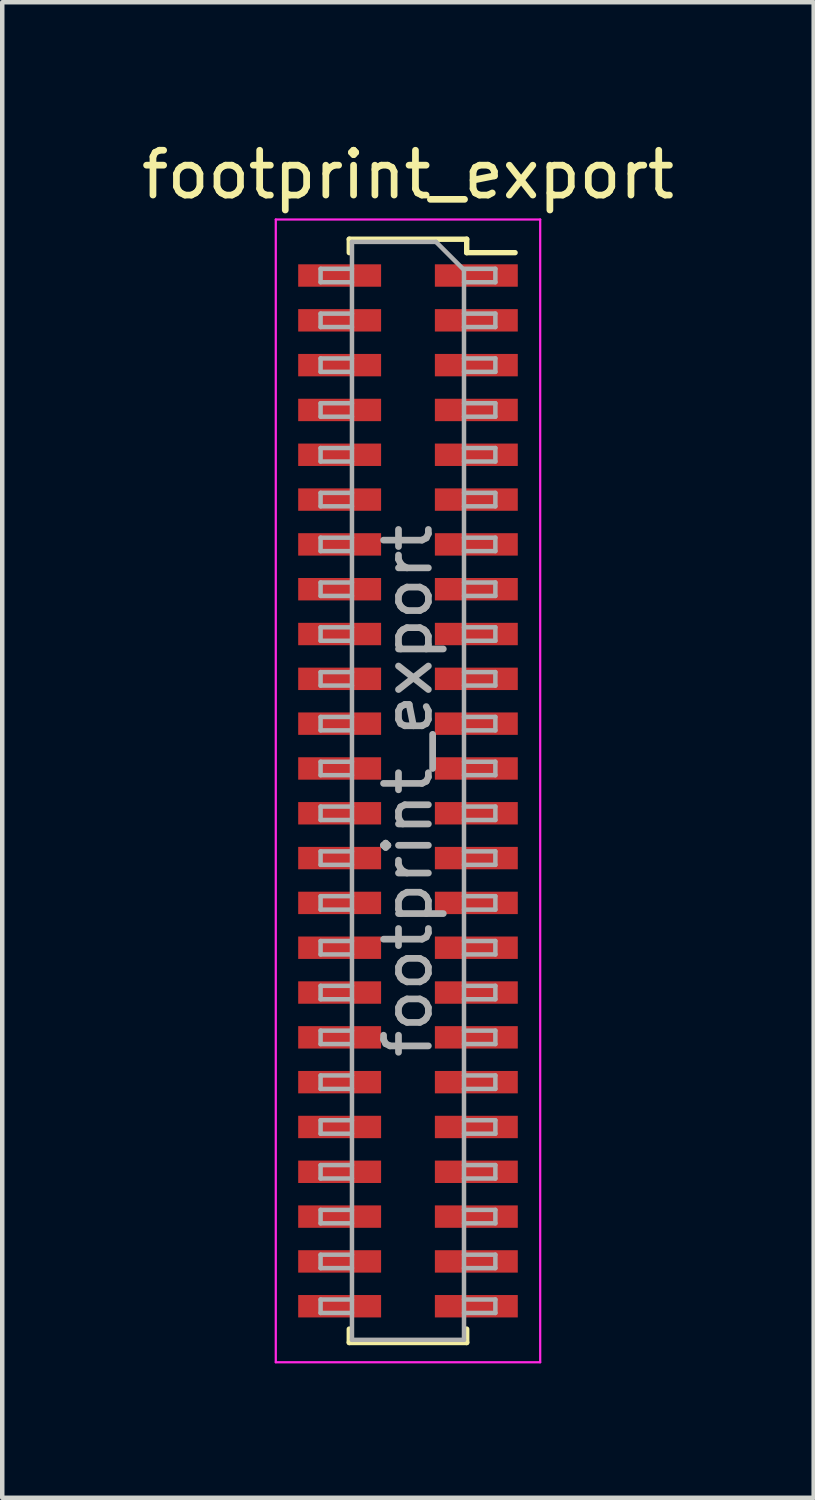
<source format=kicad_pcb>
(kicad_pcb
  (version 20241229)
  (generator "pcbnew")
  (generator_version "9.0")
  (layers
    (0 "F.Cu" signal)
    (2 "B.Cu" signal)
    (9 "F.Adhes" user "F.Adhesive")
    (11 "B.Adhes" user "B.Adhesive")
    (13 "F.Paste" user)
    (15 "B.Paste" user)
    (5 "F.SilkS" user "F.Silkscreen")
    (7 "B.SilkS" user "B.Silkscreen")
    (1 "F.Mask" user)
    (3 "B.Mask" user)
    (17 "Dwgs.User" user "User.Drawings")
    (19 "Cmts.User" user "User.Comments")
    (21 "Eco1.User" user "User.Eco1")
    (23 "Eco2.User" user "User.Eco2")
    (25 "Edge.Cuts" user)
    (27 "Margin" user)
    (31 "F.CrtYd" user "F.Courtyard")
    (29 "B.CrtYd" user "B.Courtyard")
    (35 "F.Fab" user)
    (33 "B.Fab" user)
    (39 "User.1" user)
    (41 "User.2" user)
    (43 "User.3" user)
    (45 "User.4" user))
  (footprint "footprint_export"
    (layer "F.Cu")
    (at 6.054 14.598)
    (property "Reference" "footprint_export" (at 0 -13.75 0) (layer "F.SilkS") (effects (font (size 1 1) (thickness 0.15))))
    (attr smd)
    (fp_line (start -1.31 -12.31) (end -1.31 -12.01) (stroke (width 0.12) (type solid)) (layer "F.SilkS"))
    (fp_line (start -1.31 -12.31) (end 1.31 -12.31) (stroke (width 0.12) (type solid)) (layer "F.SilkS"))
    (fp_line (start -1.31 12.01) (end -1.31 12.31) (stroke (width 0.12) (type solid)) (layer "F.SilkS"))
    (fp_line (start -1.31 12.31) (end 1.31 12.31) (stroke (width 0.12) (type solid)) (layer "F.SilkS"))
    (fp_line (start 1.31 -12.31) (end 1.31 -12.01) (stroke (width 0.12) (type solid)) (layer "F.SilkS"))
    (fp_line (start 1.31 -12.01) (end 2.39 -12.01) (stroke (width 0.12) (type solid)) (layer "F.SilkS"))
    (fp_line (start 1.31 12.01) (end 1.31 12.31) (stroke (width 0.12) (type solid)) (layer "F.SilkS"))
    (fp_line (start -2.95 -12.75) (end 2.95 -12.75) (stroke (width 0.05) (type solid)) (layer "F.CrtYd"))
    (fp_line (start -2.95 12.75) (end -2.95 -12.75) (stroke (width 0.05) (type solid)) (layer "F.CrtYd"))
    (fp_line (start 2.95 -12.75) (end 2.95 12.75) (stroke (width 0.05) (type solid)) (layer "F.CrtYd"))
    (fp_line (start 2.95 12.75) (end -2.95 12.75) (stroke (width 0.05) (type solid)) (layer "F.CrtYd"))
    (fp_line (start -1.95 -11.65) (end -1.25 -11.65) (stroke (width 0.1) (type solid)) (layer "F.Fab"))
    (fp_line (start -1.95 -11.35) (end -1.95 -11.65) (stroke (width 0.1) (type solid)) (layer "F.Fab"))
    (fp_line (start -1.95 -10.65) (end -1.25 -10.65) (stroke (width 0.1) (type solid)) (layer "F.Fab"))
    (fp_line (start -1.95 -10.35) (end -1.95 -10.65) (stroke (width 0.1) (type solid)) (layer "F.Fab"))
    (fp_line (start -1.95 -9.65) (end -1.25 -9.65) (stroke (width 0.1) (type solid)) (layer "F.Fab"))
    (fp_line (start -1.95 -9.35) (end -1.95 -9.65) (stroke (width 0.1) (type solid)) (layer "F.Fab"))
    (fp_line (start -1.95 -8.65) (end -1.25 -8.65) (stroke (width 0.1) (type solid)) (layer "F.Fab"))
    (fp_line (start -1.95 -8.35) (end -1.95 -8.65) (stroke (width 0.1) (type solid)) (layer "F.Fab"))
    (fp_line (start -1.95 -7.65) (end -1.25 -7.65) (stroke (width 0.1) (type solid)) (layer "F.Fab"))
    (fp_line (start -1.95 -7.35) (end -1.95 -7.65) (stroke (width 0.1) (type solid)) (layer "F.Fab"))
    (fp_line (start -1.95 -6.65) (end -1.25 -6.65) (stroke (width 0.1) (type solid)) (layer "F.Fab"))
    (fp_line (start -1.95 -6.35) (end -1.95 -6.65) (stroke (width 0.1) (type solid)) (layer "F.Fab"))
    (fp_line (start -1.95 -5.65) (end -1.25 -5.65) (stroke (width 0.1) (type solid)) (layer "F.Fab"))
    (fp_line (start -1.95 -5.35) (end -1.95 -5.65) (stroke (width 0.1) (type solid)) (layer "F.Fab"))
    (fp_line (start -1.95 -4.65) (end -1.25 -4.65) (stroke (width 0.1) (type solid)) (layer "F.Fab"))
    (fp_line (start -1.95 -4.35) (end -1.95 -4.65) (stroke (width 0.1) (type solid)) (layer "F.Fab"))
    (fp_line (start -1.95 -3.65) (end -1.25 -3.65) (stroke (width 0.1) (type solid)) (layer "F.Fab"))
    (fp_line (start -1.95 -3.35) (end -1.95 -3.65) (stroke (width 0.1) (type solid)) (layer "F.Fab"))
    (fp_line (start -1.95 -2.65) (end -1.25 -2.65) (stroke (width 0.1) (type solid)) (layer "F.Fab"))
    (fp_line (start -1.95 -2.35) (end -1.95 -2.65) (stroke (width 0.1) (type solid)) (layer "F.Fab"))
    (fp_line (start -1.95 -1.65) (end -1.25 -1.65) (stroke (width 0.1) (type solid)) (layer "F.Fab"))
    (fp_line (start -1.95 -1.35) (end -1.95 -1.65) (stroke (width 0.1) (type solid)) (layer "F.Fab"))
    (fp_line (start -1.95 -0.65) (end -1.25 -0.65) (stroke (width 0.1) (type solid)) (layer "F.Fab"))
    (fp_line (start -1.95 -0.35) (end -1.95 -0.65) (stroke (width 0.1) (type solid)) (layer "F.Fab"))
    (fp_line (start -1.95 0.35) (end -1.25 0.35) (stroke (width 0.1) (type solid)) (layer "F.Fab"))
    (fp_line (start -1.95 0.65) (end -1.95 0.35) (stroke (width 0.1) (type solid)) (layer "F.Fab"))
    (fp_line (start -1.95 1.35) (end -1.25 1.35) (stroke (width 0.1) (type solid)) (layer "F.Fab"))
    (fp_line (start -1.95 1.65) (end -1.95 1.35) (stroke (width 0.1) (type solid)) (layer "F.Fab"))
    (fp_line (start -1.95 2.35) (end -1.25 2.35) (stroke (width 0.1) (type solid)) (layer "F.Fab"))
    (fp_line (start -1.95 2.65) (end -1.95 2.35) (stroke (width 0.1) (type solid)) (layer "F.Fab"))
    (fp_line (start -1.95 3.35) (end -1.25 3.35) (stroke (width 0.1) (type solid)) (layer "F.Fab"))
    (fp_line (start -1.95 3.65) (end -1.95 3.35) (stroke (width 0.1) (type solid)) (layer "F.Fab"))
    (fp_line (start -1.95 4.35) (end -1.25 4.35) (stroke (width 0.1) (type solid)) (layer "F.Fab"))
    (fp_line (start -1.95 4.65) (end -1.95 4.35) (stroke (width 0.1) (type solid)) (layer "F.Fab"))
    (fp_line (start -1.95 5.35) (end -1.25 5.35) (stroke (width 0.1) (type solid)) (layer "F.Fab"))
    (fp_line (start -1.95 5.65) (end -1.95 5.35) (stroke (width 0.1) (type solid)) (layer "F.Fab"))
    (fp_line (start -1.95 6.35) (end -1.25 6.35) (stroke (width 0.1) (type solid)) (layer "F.Fab"))
    (fp_line (start -1.95 6.65) (end -1.95 6.35) (stroke (width 0.1) (type solid)) (layer "F.Fab"))
    (fp_line (start -1.95 7.35) (end -1.25 7.35) (stroke (width 0.1) (type solid)) (layer "F.Fab"))
    (fp_line (start -1.95 7.65) (end -1.95 7.35) (stroke (width 0.1) (type solid)) (layer "F.Fab"))
    (fp_line (start -1.95 8.35) (end -1.25 8.35) (stroke (width 0.1) (type solid)) (layer "F.Fab"))
    (fp_line (start -1.95 8.65) (end -1.95 8.35) (stroke (width 0.1) (type solid)) (layer "F.Fab"))
    (fp_line (start -1.95 9.35) (end -1.25 9.35) (stroke (width 0.1) (type solid)) (layer "F.Fab"))
    (fp_line (start -1.95 9.65) (end -1.95 9.35) (stroke (width 0.1) (type solid)) (layer "F.Fab"))
    (fp_line (start -1.95 10.35) (end -1.25 10.35) (stroke (width 0.1) (type solid)) (layer "F.Fab"))
    (fp_line (start -1.95 10.65) (end -1.95 10.35) (stroke (width 0.1) (type solid)) (layer "F.Fab"))
    (fp_line (start -1.95 11.35) (end -1.25 11.35) (stroke (width 0.1) (type solid)) (layer "F.Fab"))
    (fp_line (start -1.95 11.65) (end -1.95 11.35) (stroke (width 0.1) (type solid)) (layer "F.Fab"))
    (fp_line (start -1.25 -12.25) (end 0.625 -12.25) (stroke (width 0.1) (type solid)) (layer "F.Fab"))
    (fp_line (start -1.25 -11.35) (end -1.95 -11.35) (stroke (width 0.1) (type solid)) (layer "F.Fab"))
    (fp_line (start -1.25 -10.35) (end -1.95 -10.35) (stroke (width 0.1) (type solid)) (layer "F.Fab"))
    (fp_line (start -1.25 -9.35) (end -1.95 -9.35) (stroke (width 0.1) (type solid)) (layer "F.Fab"))
    (fp_line (start -1.25 -8.35) (end -1.95 -8.35) (stroke (width 0.1) (type solid)) (layer "F.Fab"))
    (fp_line (start -1.25 -7.35) (end -1.95 -7.35) (stroke (width 0.1) (type solid)) (layer "F.Fab"))
    (fp_line (start -1.25 -6.35) (end -1.95 -6.35) (stroke (width 0.1) (type solid)) (layer "F.Fab"))
    (fp_line (start -1.25 -5.35) (end -1.95 -5.35) (stroke (width 0.1) (type solid)) (layer "F.Fab"))
    (fp_line (start -1.25 -4.35) (end -1.95 -4.35) (stroke (width 0.1) (type solid)) (layer "F.Fab"))
    (fp_line (start -1.25 -3.35) (end -1.95 -3.35) (stroke (width 0.1) (type solid)) (layer "F.Fab"))
    (fp_line (start -1.25 -2.35) (end -1.95 -2.35) (stroke (width 0.1) (type solid)) (layer "F.Fab"))
    (fp_line (start -1.25 -1.35) (end -1.95 -1.35) (stroke (width 0.1) (type solid)) (layer "F.Fab"))
    (fp_line (start -1.25 -0.35) (end -1.95 -0.35) (stroke (width 0.1) (type solid)) (layer "F.Fab"))
    (fp_line (start -1.25 0.65) (end -1.95 0.65) (stroke (width 0.1) (type solid)) (layer "F.Fab"))
    (fp_line (start -1.25 1.65) (end -1.95 1.65) (stroke (width 0.1) (type solid)) (layer "F.Fab"))
    (fp_line (start -1.25 2.65) (end -1.95 2.65) (stroke (width 0.1) (type solid)) (layer "F.Fab"))
    (fp_line (start -1.25 3.65) (end -1.95 3.65) (stroke (width 0.1) (type solid)) (layer "F.Fab"))
    (fp_line (start -1.25 4.65) (end -1.95 4.65) (stroke (width 0.1) (type solid)) (layer "F.Fab"))
    (fp_line (start -1.25 5.65) (end -1.95 5.65) (stroke (width 0.1) (type solid)) (layer "F.Fab"))
    (fp_line (start -1.25 6.65) (end -1.95 6.65) (stroke (width 0.1) (type solid)) (layer "F.Fab"))
    (fp_line (start -1.25 7.65) (end -1.95 7.65) (stroke (width 0.1) (type solid)) (layer "F.Fab"))
    (fp_line (start -1.25 8.65) (end -1.95 8.65) (stroke (width 0.1) (type solid)) (layer "F.Fab"))
    (fp_line (start -1.25 9.65) (end -1.95 9.65) (stroke (width 0.1) (type solid)) (layer "F.Fab"))
    (fp_line (start -1.25 10.65) (end -1.95 10.65) (stroke (width 0.1) (type solid)) (layer "F.Fab"))
    (fp_line (start -1.25 11.65) (end -1.95 11.65) (stroke (width 0.1) (type solid)) (layer "F.Fab"))
    (fp_line (start -1.25 12.25) (end -1.25 -12.25) (stroke (width 0.1) (type solid)) (layer "F.Fab"))
    (fp_line (start 0.625 -12.25) (end 1.25 -11.625) (stroke (width 0.1) (type solid)) (layer "F.Fab"))
    (fp_line (start 1.25 -11.65) (end 1.95 -11.65) (stroke (width 0.1) (type solid)) (layer "F.Fab"))
    (fp_line (start 1.25 -11.625) (end 1.25 12.25) (stroke (width 0.1) (type solid)) (layer "F.Fab"))
    (fp_line (start 1.25 -10.65) (end 1.95 -10.65) (stroke (width 0.1) (type solid)) (layer "F.Fab"))
    (fp_line (start 1.25 -9.65) (end 1.95 -9.65) (stroke (width 0.1) (type solid)) (layer "F.Fab"))
    (fp_line (start 1.25 -8.65) (end 1.95 -8.65) (stroke (width 0.1) (type solid)) (layer "F.Fab"))
    (fp_line (start 1.25 -7.65) (end 1.95 -7.65) (stroke (width 0.1) (type solid)) (layer "F.Fab"))
    (fp_line (start 1.25 -6.65) (end 1.95 -6.65) (stroke (width 0.1) (type solid)) (layer "F.Fab"))
    (fp_line (start 1.25 -5.65) (end 1.95 -5.65) (stroke (width 0.1) (type solid)) (layer "F.Fab"))
    (fp_line (start 1.25 -4.65) (end 1.95 -4.65) (stroke (width 0.1) (type solid)) (layer "F.Fab"))
    (fp_line (start 1.25 -3.65) (end 1.95 -3.65) (stroke (width 0.1) (type solid)) (layer "F.Fab"))
    (fp_line (start 1.25 -2.65) (end 1.95 -2.65) (stroke (width 0.1) (type solid)) (layer "F.Fab"))
    (fp_line (start 1.25 -1.65) (end 1.95 -1.65) (stroke (width 0.1) (type solid)) (layer "F.Fab"))
    (fp_line (start 1.25 -0.65) (end 1.95 -0.65) (stroke (width 0.1) (type solid)) (layer "F.Fab"))
    (fp_line (start 1.25 0.35) (end 1.95 0.35) (stroke (width 0.1) (type solid)) (layer "F.Fab"))
    (fp_line (start 1.25 1.35) (end 1.95 1.35) (stroke (width 0.1) (type solid)) (layer "F.Fab"))
    (fp_line (start 1.25 2.35) (end 1.95 2.35) (stroke (width 0.1) (type solid)) (layer "F.Fab"))
    (fp_line (start 1.25 3.35) (end 1.95 3.35) (stroke (width 0.1) (type solid)) (layer "F.Fab"))
    (fp_line (start 1.25 4.35) (end 1.95 4.35) (stroke (width 0.1) (type solid)) (layer "F.Fab"))
    (fp_line (start 1.25 5.35) (end 1.95 5.35) (stroke (width 0.1) (type solid)) (layer "F.Fab"))
    (fp_line (start 1.25 6.35) (end 1.95 6.35) (stroke (width 0.1) (type solid)) (layer "F.Fab"))
    (fp_line (start 1.25 7.35) (end 1.95 7.35) (stroke (width 0.1) (type solid)) (layer "F.Fab"))
    (fp_line (start 1.25 8.35) (end 1.95 8.35) (stroke (width 0.1) (type solid)) (layer "F.Fab"))
    (fp_line (start 1.25 9.35) (end 1.95 9.35) (stroke (width 0.1) (type solid)) (layer "F.Fab"))
    (fp_line (start 1.25 10.35) (end 1.95 10.35) (stroke (width 0.1) (type solid)) (layer "F.Fab"))
    (fp_line (start 1.25 11.35) (end 1.95 11.35) (stroke (width 0.1) (type solid)) (layer "F.Fab"))
    (fp_line (start 1.25 12.25) (end -1.25 12.25) (stroke (width 0.1) (type solid)) (layer "F.Fab"))
    (fp_line (start 1.95 -11.65) (end 1.95 -11.35) (stroke (width 0.1) (type solid)) (layer "F.Fab"))
    (fp_line (start 1.95 -11.35) (end 1.25 -11.35) (stroke (width 0.1) (type solid)) (layer "F.Fab"))
    (fp_line (start 1.95 -10.65) (end 1.95 -10.35) (stroke (width 0.1) (type solid)) (layer "F.Fab"))
    (fp_line (start 1.95 -10.35) (end 1.25 -10.35) (stroke (width 0.1) (type solid)) (layer "F.Fab"))
    (fp_line (start 1.95 -9.65) (end 1.95 -9.35) (stroke (width 0.1) (type solid)) (layer "F.Fab"))
    (fp_line (start 1.95 -9.35) (end 1.25 -9.35) (stroke (width 0.1) (type solid)) (layer "F.Fab"))
    (fp_line (start 1.95 -8.65) (end 1.95 -8.35) (stroke (width 0.1) (type solid)) (layer "F.Fab"))
    (fp_line (start 1.95 -8.35) (end 1.25 -8.35) (stroke (width 0.1) (type solid)) (layer "F.Fab"))
    (fp_line (start 1.95 -7.65) (end 1.95 -7.35) (stroke (width 0.1) (type solid)) (layer "F.Fab"))
    (fp_line (start 1.95 -7.35) (end 1.25 -7.35) (stroke (width 0.1) (type solid)) (layer "F.Fab"))
    (fp_line (start 1.95 -6.65) (end 1.95 -6.35) (stroke (width 0.1) (type solid)) (layer "F.Fab"))
    (fp_line (start 1.95 -6.35) (end 1.25 -6.35) (stroke (width 0.1) (type solid)) (layer "F.Fab"))
    (fp_line (start 1.95 -5.65) (end 1.95 -5.35) (stroke (width 0.1) (type solid)) (layer "F.Fab"))
    (fp_line (start 1.95 -5.35) (end 1.25 -5.35) (stroke (width 0.1) (type solid)) (layer "F.Fab"))
    (fp_line (start 1.95 -4.65) (end 1.95 -4.35) (stroke (width 0.1) (type solid)) (layer "F.Fab"))
    (fp_line (start 1.95 -4.35) (end 1.25 -4.35) (stroke (width 0.1) (type solid)) (layer "F.Fab"))
    (fp_line (start 1.95 -3.65) (end 1.95 -3.35) (stroke (width 0.1) (type solid)) (layer "F.Fab"))
    (fp_line (start 1.95 -3.35) (end 1.25 -3.35) (stroke (width 0.1) (type solid)) (layer "F.Fab"))
    (fp_line (start 1.95 -2.65) (end 1.95 -2.35) (stroke (width 0.1) (type solid)) (layer "F.Fab"))
    (fp_line (start 1.95 -2.35) (end 1.25 -2.35) (stroke (width 0.1) (type solid)) (layer "F.Fab"))
    (fp_line (start 1.95 -1.65) (end 1.95 -1.35) (stroke (width 0.1) (type solid)) (layer "F.Fab"))
    (fp_line (start 1.95 -1.35) (end 1.25 -1.35) (stroke (width 0.1) (type solid)) (layer "F.Fab"))
    (fp_line (start 1.95 -0.65) (end 1.95 -0.35) (stroke (width 0.1) (type solid)) (layer "F.Fab"))
    (fp_line (start 1.95 -0.35) (end 1.25 -0.35) (stroke (width 0.1) (type solid)) (layer "F.Fab"))
    (fp_line (start 1.95 0.35) (end 1.95 0.65) (stroke (width 0.1) (type solid)) (layer "F.Fab"))
    (fp_line (start 1.95 0.65) (end 1.25 0.65) (stroke (width 0.1) (type solid)) (layer "F.Fab"))
    (fp_line (start 1.95 1.35) (end 1.95 1.65) (stroke (width 0.1) (type solid)) (layer "F.Fab"))
    (fp_line (start 1.95 1.65) (end 1.25 1.65) (stroke (width 0.1) (type solid)) (layer "F.Fab"))
    (fp_line (start 1.95 2.35) (end 1.95 2.65) (stroke (width 0.1) (type solid)) (layer "F.Fab"))
    (fp_line (start 1.95 2.65) (end 1.25 2.65) (stroke (width 0.1) (type solid)) (layer "F.Fab"))
    (fp_line (start 1.95 3.35) (end 1.95 3.65) (stroke (width 0.1) (type solid)) (layer "F.Fab"))
    (fp_line (start 1.95 3.65) (end 1.25 3.65) (stroke (width 0.1) (type solid)) (layer "F.Fab"))
    (fp_line (start 1.95 4.35) (end 1.95 4.65) (stroke (width 0.1) (type solid)) (layer "F.Fab"))
    (fp_line (start 1.95 4.65) (end 1.25 4.65) (stroke (width 0.1) (type solid)) (layer "F.Fab"))
    (fp_line (start 1.95 5.35) (end 1.95 5.65) (stroke (width 0.1) (type solid)) (layer "F.Fab"))
    (fp_line (start 1.95 5.65) (end 1.25 5.65) (stroke (width 0.1) (type solid)) (layer "F.Fab"))
    (fp_line (start 1.95 6.35) (end 1.95 6.65) (stroke (width 0.1) (type solid)) (layer "F.Fab"))
    (fp_line (start 1.95 6.65) (end 1.25 6.65) (stroke (width 0.1) (type solid)) (layer "F.Fab"))
    (fp_line (start 1.95 7.35) (end 1.95 7.65) (stroke (width 0.1) (type solid)) (layer "F.Fab"))
    (fp_line (start 1.95 7.65) (end 1.25 7.65) (stroke (width 0.1) (type solid)) (layer "F.Fab"))
    (fp_line (start 1.95 8.35) (end 1.95 8.65) (stroke (width 0.1) (type solid)) (layer "F.Fab"))
    (fp_line (start 1.95 8.65) (end 1.25 8.65) (stroke (width 0.1) (type solid)) (layer "F.Fab"))
    (fp_line (start 1.95 9.35) (end 1.95 9.65) (stroke (width 0.1) (type solid)) (layer "F.Fab"))
    (fp_line (start 1.95 9.65) (end 1.25 9.65) (stroke (width 0.1) (type solid)) (layer "F.Fab"))
    (fp_line (start 1.95 10.35) (end 1.95 10.65) (stroke (width 0.1) (type solid)) (layer "F.Fab"))
    (fp_line (start 1.95 10.65) (end 1.25 10.65) (stroke (width 0.1) (type solid)) (layer "F.Fab"))
    (fp_line (start 1.95 11.35) (end 1.95 11.65) (stroke (width 0.1) (type solid)) (layer "F.Fab"))
    (fp_line (start 1.95 11.65) (end 1.25 11.65) (stroke (width 0.1) (type solid)) (layer "F.Fab"))
    (fp_text user "${REFERENCE}" (at 0 0 90) (layer "F.Fab") (effects (font (size 1 1) (thickness 0.15))))
    (pad "1" smd rect (at 1.525 -11.5) (size 1.85 0.5) (layers "F.Cu" "F.Mask" "F.Paste"))
    (pad "2" smd rect (at -1.525 -11.5) (size 1.85 0.5) (layers "F.Cu" "F.Mask" "F.Paste"))
    (pad "3" smd rect (at 1.525 -10.5) (size 1.85 0.5) (layers "F.Cu" "F.Mask" "F.Paste"))
    (pad "4" smd rect (at -1.525 -10.5) (size 1.85 0.5) (layers "F.Cu" "F.Mask" "F.Paste"))
    (pad "5" smd rect (at 1.525 -9.5) (size 1.85 0.5) (layers "F.Cu" "F.Mask" "F.Paste"))
    (pad "6" smd rect (at -1.525 -9.5) (size 1.85 0.5) (layers "F.Cu" "F.Mask" "F.Paste"))
    (pad "7" smd rect (at 1.525 -8.5) (size 1.85 0.5) (layers "F.Cu" "F.Mask" "F.Paste"))
    (pad "8" smd rect (at -1.525 -8.5) (size 1.85 0.5) (layers "F.Cu" "F.Mask" "F.Paste"))
    (pad "9" smd rect (at 1.525 -7.5) (size 1.85 0.5) (layers "F.Cu" "F.Mask" "F.Paste"))
    (pad "10" smd rect (at -1.525 -7.5) (size 1.85 0.5) (layers "F.Cu" "F.Mask" "F.Paste"))
    (pad "11" smd rect (at 1.525 -6.5) (size 1.85 0.5) (layers "F.Cu" "F.Mask" "F.Paste"))
    (pad "12" smd rect (at -1.525 -6.5) (size 1.85 0.5) (layers "F.Cu" "F.Mask" "F.Paste"))
    (pad "13" smd rect (at 1.525 -5.5) (size 1.85 0.5) (layers "F.Cu" "F.Mask" "F.Paste"))
    (pad "14" smd rect (at -1.525 -5.5) (size 1.85 0.5) (layers "F.Cu" "F.Mask" "F.Paste"))
    (pad "15" smd rect (at 1.525 -4.5) (size 1.85 0.5) (layers "F.Cu" "F.Mask" "F.Paste"))
    (pad "16" smd rect (at -1.525 -4.5) (size 1.85 0.5) (layers "F.Cu" "F.Mask" "F.Paste"))
    (pad "17" smd rect (at 1.525 -3.5) (size 1.85 0.5) (layers "F.Cu" "F.Mask" "F.Paste"))
    (pad "18" smd rect (at -1.525 -3.5) (size 1.85 0.5) (layers "F.Cu" "F.Mask" "F.Paste"))
    (pad "19" smd rect (at 1.525 -2.5) (size 1.85 0.5) (layers "F.Cu" "F.Mask" "F.Paste"))
    (pad "20" smd rect (at -1.525 -2.5) (size 1.85 0.5) (layers "F.Cu" "F.Mask" "F.Paste"))
    (pad "21" smd rect (at 1.525 -1.5) (size 1.85 0.5) (layers "F.Cu" "F.Mask" "F.Paste"))
    (pad "22" smd rect (at -1.525 -1.5) (size 1.85 0.5) (layers "F.Cu" "F.Mask" "F.Paste"))
    (pad "23" smd rect (at 1.525 -0.5) (size 1.85 0.5) (layers "F.Cu" "F.Mask" "F.Paste"))
    (pad "24" smd rect (at -1.525 -0.5) (size 1.85 0.5) (layers "F.Cu" "F.Mask" "F.Paste"))
    (pad "25" smd rect (at 1.525 0.5) (size 1.85 0.5) (layers "F.Cu" "F.Mask" "F.Paste"))
    (pad "26" smd rect (at -1.525 0.5) (size 1.85 0.5) (layers "F.Cu" "F.Mask" "F.Paste"))
    (pad "27" smd rect (at 1.525 1.5) (size 1.85 0.5) (layers "F.Cu" "F.Mask" "F.Paste"))
    (pad "28" smd rect (at -1.525 1.5) (size 1.85 0.5) (layers "F.Cu" "F.Mask" "F.Paste"))
    (pad "29" smd rect (at 1.525 2.5) (size 1.85 0.5) (layers "F.Cu" "F.Mask" "F.Paste"))
    (pad "30" smd rect (at -1.525 2.5) (size 1.85 0.5) (layers "F.Cu" "F.Mask" "F.Paste"))
    (pad "31" smd rect (at 1.525 3.5) (size 1.85 0.5) (layers "F.Cu" "F.Mask" "F.Paste"))
    (pad "32" smd rect (at -1.525 3.5) (size 1.85 0.5) (layers "F.Cu" "F.Mask" "F.Paste"))
    (pad "33" smd rect (at 1.525 4.5) (size 1.85 0.5) (layers "F.Cu" "F.Mask" "F.Paste"))
    (pad "34" smd rect (at -1.525 4.5) (size 1.85 0.5) (layers "F.Cu" "F.Mask" "F.Paste"))
    (pad "35" smd rect (at 1.525 5.5) (size 1.85 0.5) (layers "F.Cu" "F.Mask" "F.Paste"))
    (pad "36" smd rect (at -1.525 5.5) (size 1.85 0.5) (layers "F.Cu" "F.Mask" "F.Paste"))
    (pad "37" smd rect (at 1.525 6.5) (size 1.85 0.5) (layers "F.Cu" "F.Mask" "F.Paste"))
    (pad "38" smd rect (at -1.525 6.5) (size 1.85 0.5) (layers "F.Cu" "F.Mask" "F.Paste"))
    (pad "39" smd rect (at 1.525 7.5) (size 1.85 0.5) (layers "F.Cu" "F.Mask" "F.Paste"))
    (pad "40" smd rect (at -1.525 7.5) (size 1.85 0.5) (layers "F.Cu" "F.Mask" "F.Paste"))
    (pad "41" smd rect (at 1.525 8.5) (size 1.85 0.5) (layers "F.Cu" "F.Mask" "F.Paste"))
    (pad "42" smd rect (at -1.525 8.5) (size 1.85 0.5) (layers "F.Cu" "F.Mask" "F.Paste"))
    (pad "43" smd rect (at 1.525 9.5) (size 1.85 0.5) (layers "F.Cu" "F.Mask" "F.Paste"))
    (pad "44" smd rect (at -1.525 9.5) (size 1.85 0.5) (layers "F.Cu" "F.Mask" "F.Paste"))
    (pad "45" smd rect (at 1.525 10.5) (size 1.85 0.5) (layers "F.Cu" "F.Mask" "F.Paste"))
    (pad "46" smd rect (at -1.525 10.5) (size 1.85 0.5) (layers "F.Cu" "F.Mask" "F.Paste"))
    (pad "47" smd rect (at 1.525 11.5) (size 1.85 0.5) (layers "F.Cu" "F.Mask" "F.Paste"))
    (pad "48" smd rect (at -1.525 11.5) (size 1.85 0.5) (layers "F.Cu" "F.Mask" "F.Paste")))
  (gr_rect
    (start -3 -3)
    (end 15.107 30.373)
    (stroke (width 0.1) (type default))
    (fill no)
    (layer "Edge.Cuts")))
</source>
